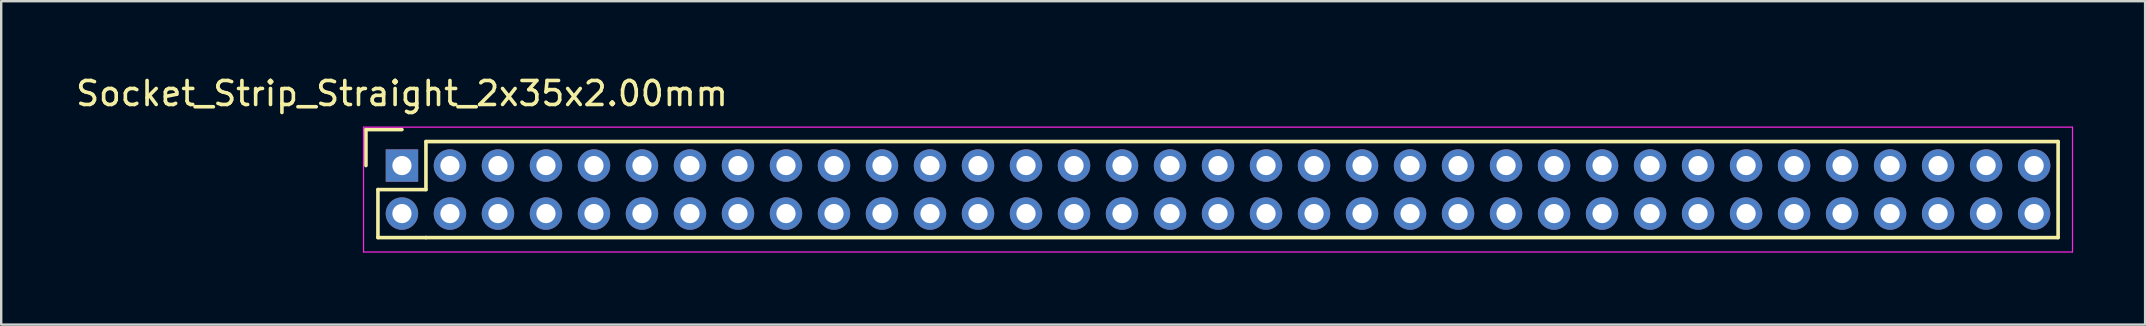
<source format=kicad_pcb>
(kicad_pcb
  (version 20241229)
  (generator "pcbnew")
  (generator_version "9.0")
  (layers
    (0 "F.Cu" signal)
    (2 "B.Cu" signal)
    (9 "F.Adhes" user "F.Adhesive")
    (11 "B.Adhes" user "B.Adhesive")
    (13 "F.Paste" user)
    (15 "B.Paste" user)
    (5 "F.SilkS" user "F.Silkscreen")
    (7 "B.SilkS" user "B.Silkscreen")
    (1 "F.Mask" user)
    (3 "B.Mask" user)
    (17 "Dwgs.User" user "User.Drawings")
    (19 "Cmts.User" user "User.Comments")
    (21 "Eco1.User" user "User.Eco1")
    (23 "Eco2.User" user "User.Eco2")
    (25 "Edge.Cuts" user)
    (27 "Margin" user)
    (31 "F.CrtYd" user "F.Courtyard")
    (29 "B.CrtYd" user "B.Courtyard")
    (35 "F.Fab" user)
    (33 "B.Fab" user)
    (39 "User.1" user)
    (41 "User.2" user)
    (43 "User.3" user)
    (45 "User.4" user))
  (footprint "Socket_Strip_Straight_2x35x2.00mm"
    (layer "F.Cu")
    (at 13.696 3.848)
    (property "Reference" "Socket_Strip_Straight_2x35x2.00mm" (at 0 -3 0) (layer "F.SilkS") (effects (font (size 1 1) (thickness 0.15))))
    (attr through_hole)
    (fp_line (start -1.5 -1.5) (end -1.5 0) (stroke (width 0.15) (type solid)) (layer "F.SilkS"))
    (fp_line (start -1 1) (end -1 3) (stroke (width 0.15) (type solid)) (layer "F.SilkS"))
    (fp_line (start -1 3) (end 1 3) (stroke (width 0.15) (type solid)) (layer "F.SilkS"))
    (fp_line (start 0 -1.5) (end -1.5 -1.5) (stroke (width 0.15) (type solid)) (layer "F.SilkS"))
    (fp_line (start 1 -1) (end 1 1) (stroke (width 0.15) (type solid)) (layer "F.SilkS"))
    (fp_line (start 1 1) (end -1 1) (stroke (width 0.15) (type solid)) (layer "F.SilkS"))
    (fp_line (start 1 3) (end 69 3) (stroke (width 0.15) (type solid)) (layer "F.SilkS"))
    (fp_line (start 69 -1) (end 1 -1) (stroke (width 0.15) (type solid)) (layer "F.SilkS"))
    (fp_line (start 69 3) (end 69 -1) (stroke (width 0.15) (type solid)) (layer "F.SilkS"))
    (fp_line (start -1.6 -1.6) (end -1.6 3.6) (stroke (width 0.05) (type solid)) (layer "F.CrtYd"))
    (fp_line (start -1.6 3.6) (end 69.6 3.6) (stroke (width 0.05) (type solid)) (layer "F.CrtYd"))
    (fp_line (start 69.6 -1.6) (end -1.6 -1.6) (stroke (width 0.05) (type solid)) (layer "F.CrtYd"))
    (fp_line (start 69.6 3.6) (end 69.6 -1.6) (stroke (width 0.05) (type solid)) (layer "F.CrtYd"))
    (pad "1" thru_hole rect (at 0 0) (size 1.35 1.35) (drill 0.8) (layers "*.Cu" "*.Mask"))
    (pad "2" thru_hole circle (at 0 2) (size 1.35 1.35) (drill 0.8) (layers "*.Cu" "*.Mask"))
    (pad "3" thru_hole circle (at 2 0) (size 1.35 1.35) (drill 0.8) (layers "*.Cu" "*.Mask"))
    (pad "4" thru_hole circle (at 2 2) (size 1.35 1.35) (drill 0.8) (layers "*.Cu" "*.Mask"))
    (pad "5" thru_hole circle (at 4 0) (size 1.35 1.35) (drill 0.8) (layers "*.Cu" "*.Mask"))
    (pad "6" thru_hole circle (at 4 2) (size 1.35 1.35) (drill 0.8) (layers "*.Cu" "*.Mask"))
    (pad "7" thru_hole circle (at 6 0) (size 1.35 1.35) (drill 0.8) (layers "*.Cu" "*.Mask"))
    (pad "8" thru_hole circle (at 6 2) (size 1.35 1.35) (drill 0.8) (layers "*.Cu" "*.Mask"))
    (pad "9" thru_hole circle (at 8 0) (size 1.35 1.35) (drill 0.8) (layers "*.Cu" "*.Mask"))
    (pad "10" thru_hole circle (at 8 2) (size 1.35 1.35) (drill 0.8) (layers "*.Cu" "*.Mask"))
    (pad "11" thru_hole circle (at 10 0) (size 1.35 1.35) (drill 0.8) (layers "*.Cu" "*.Mask"))
    (pad "12" thru_hole circle (at 10 2) (size 1.35 1.35) (drill 0.8) (layers "*.Cu" "*.Mask"))
    (pad "13" thru_hole circle (at 12 0) (size 1.35 1.35) (drill 0.8) (layers "*.Cu" "*.Mask"))
    (pad "14" thru_hole circle (at 12 2) (size 1.35 1.35) (drill 0.8) (layers "*.Cu" "*.Mask"))
    (pad "15" thru_hole circle (at 14 0) (size 1.35 1.35) (drill 0.8) (layers "*.Cu" "*.Mask"))
    (pad "16" thru_hole circle (at 14 2) (size 1.35 1.35) (drill 0.8) (layers "*.Cu" "*.Mask"))
    (pad "17" thru_hole circle (at 16 0) (size 1.35 1.35) (drill 0.8) (layers "*.Cu" "*.Mask"))
    (pad "18" thru_hole circle (at 16 2) (size 1.35 1.35) (drill 0.8) (layers "*.Cu" "*.Mask"))
    (pad "19" thru_hole circle (at 18 0) (size 1.35 1.35) (drill 0.8) (layers "*.Cu" "*.Mask"))
    (pad "20" thru_hole circle (at 18 2) (size 1.35 1.35) (drill 0.8) (layers "*.Cu" "*.Mask"))
    (pad "21" thru_hole circle (at 20 0) (size 1.35 1.35) (drill 0.8) (layers "*.Cu" "*.Mask"))
    (pad "22" thru_hole circle (at 20 2) (size 1.35 1.35) (drill 0.8) (layers "*.Cu" "*.Mask"))
    (pad "23" thru_hole circle (at 22 0) (size 1.35 1.35) (drill 0.8) (layers "*.Cu" "*.Mask"))
    (pad "24" thru_hole circle (at 22 2) (size 1.35 1.35) (drill 0.8) (layers "*.Cu" "*.Mask"))
    (pad "25" thru_hole circle (at 24 0) (size 1.35 1.35) (drill 0.8) (layers "*.Cu" "*.Mask"))
    (pad "26" thru_hole circle (at 24 2) (size 1.35 1.35) (drill 0.8) (layers "*.Cu" "*.Mask"))
    (pad "27" thru_hole circle (at 26 0) (size 1.35 1.35) (drill 0.8) (layers "*.Cu" "*.Mask"))
    (pad "28" thru_hole circle (at 26 2) (size 1.35 1.35) (drill 0.8) (layers "*.Cu" "*.Mask"))
    (pad "29" thru_hole circle (at 28 0) (size 1.35 1.35) (drill 0.8) (layers "*.Cu" "*.Mask"))
    (pad "30" thru_hole circle (at 28 2) (size 1.35 1.35) (drill 0.8) (layers "*.Cu" "*.Mask"))
    (pad "31" thru_hole circle (at 30 0) (size 1.35 1.35) (drill 0.8) (layers "*.Cu" "*.Mask"))
    (pad "32" thru_hole circle (at 30 2) (size 1.35 1.35) (drill 0.8) (layers "*.Cu" "*.Mask"))
    (pad "33" thru_hole circle (at 32 0) (size 1.35 1.35) (drill 0.8) (layers "*.Cu" "*.Mask"))
    (pad "34" thru_hole circle (at 32 2) (size 1.35 1.35) (drill 0.8) (layers "*.Cu" "*.Mask"))
    (pad "35" thru_hole circle (at 34 0) (size 1.35 1.35) (drill 0.8) (layers "*.Cu" "*.Mask"))
    (pad "36" thru_hole circle (at 34 2) (size 1.35 1.35) (drill 0.8) (layers "*.Cu" "*.Mask"))
    (pad "37" thru_hole circle (at 36 0) (size 1.35 1.35) (drill 0.8) (layers "*.Cu" "*.Mask"))
    (pad "38" thru_hole circle (at 36 2) (size 1.35 1.35) (drill 0.8) (layers "*.Cu" "*.Mask"))
    (pad "39" thru_hole circle (at 38 0) (size 1.35 1.35) (drill 0.8) (layers "*.Cu" "*.Mask"))
    (pad "40" thru_hole circle (at 38 2) (size 1.35 1.35) (drill 0.8) (layers "*.Cu" "*.Mask"))
    (pad "41" thru_hole circle (at 40 0) (size 1.35 1.35) (drill 0.8) (layers "*.Cu" "*.Mask"))
    (pad "42" thru_hole circle (at 40 2) (size 1.35 1.35) (drill 0.8) (layers "*.Cu" "*.Mask"))
    (pad "43" thru_hole circle (at 42 0) (size 1.35 1.35) (drill 0.8) (layers "*.Cu" "*.Mask"))
    (pad "44" thru_hole circle (at 42 2) (size 1.35 1.35) (drill 0.8) (layers "*.Cu" "*.Mask"))
    (pad "45" thru_hole circle (at 44 0) (size 1.35 1.35) (drill 0.8) (layers "*.Cu" "*.Mask"))
    (pad "46" thru_hole circle (at 44 2) (size 1.35 1.35) (drill 0.8) (layers "*.Cu" "*.Mask"))
    (pad "47" thru_hole circle (at 46 0) (size 1.35 1.35) (drill 0.8) (layers "*.Cu" "*.Mask"))
    (pad "48" thru_hole circle (at 46 2) (size 1.35 1.35) (drill 0.8) (layers "*.Cu" "*.Mask"))
    (pad "49" thru_hole circle (at 48 0) (size 1.35 1.35) (drill 0.8) (layers "*.Cu" "*.Mask"))
    (pad "50" thru_hole circle (at 48 2) (size 1.35 1.35) (drill 0.8) (layers "*.Cu" "*.Mask"))
    (pad "51" thru_hole circle (at 50 0) (size 1.35 1.35) (drill 0.8) (layers "*.Cu" "*.Mask"))
    (pad "52" thru_hole circle (at 50 2) (size 1.35 1.35) (drill 0.8) (layers "*.Cu" "*.Mask"))
    (pad "53" thru_hole circle (at 52 0) (size 1.35 1.35) (drill 0.8) (layers "*.Cu" "*.Mask"))
    (pad "54" thru_hole circle (at 52 2) (size 1.35 1.35) (drill 0.8) (layers "*.Cu" "*.Mask"))
    (pad "55" thru_hole circle (at 54 0) (size 1.35 1.35) (drill 0.8) (layers "*.Cu" "*.Mask"))
    (pad "56" thru_hole circle (at 54 2) (size 1.35 1.35) (drill 0.8) (layers "*.Cu" "*.Mask"))
    (pad "57" thru_hole circle (at 56 0) (size 1.35 1.35) (drill 0.8) (layers "*.Cu" "*.Mask"))
    (pad "58" thru_hole circle (at 56 2) (size 1.35 1.35) (drill 0.8) (layers "*.Cu" "*.Mask"))
    (pad "59" thru_hole circle (at 58 0) (size 1.35 1.35) (drill 0.8) (layers "*.Cu" "*.Mask"))
    (pad "60" thru_hole circle (at 58 2) (size 1.35 1.35) (drill 0.8) (layers "*.Cu" "*.Mask"))
    (pad "61" thru_hole circle (at 60 0) (size 1.35 1.35) (drill 0.8) (layers "*.Cu" "*.Mask"))
    (pad "62" thru_hole circle (at 60 2) (size 1.35 1.35) (drill 0.8) (layers "*.Cu" "*.Mask"))
    (pad "63" thru_hole circle (at 62 0) (size 1.35 1.35) (drill 0.8) (layers "*.Cu" "*.Mask"))
    (pad "64" thru_hole circle (at 62 2) (size 1.35 1.35) (drill 0.8) (layers "*.Cu" "*.Mask"))
    (pad "65" thru_hole circle (at 64 0) (size 1.35 1.35) (drill 0.8) (layers "*.Cu" "*.Mask"))
    (pad "66" thru_hole circle (at 64 2) (size 1.35 1.35) (drill 0.8) (layers "*.Cu" "*.Mask"))
    (pad "67" thru_hole circle (at 66 0) (size 1.35 1.35) (drill 0.8) (layers "*.Cu" "*.Mask"))
    (pad "68" thru_hole circle (at 66 2) (size 1.35 1.35) (drill 0.8) (layers "*.Cu" "*.Mask"))
    (pad "69" thru_hole circle (at 68 0) (size 1.35 1.35) (drill 0.8) (layers "*.Cu" "*.Mask"))
    (pad "70" thru_hole circle (at 68 2) (size 1.35 1.35) (drill 0.8) (layers "*.Cu" "*.Mask")))
  (gr_rect
    (start -3 -3)
    (end 86.321 10.473)
    (stroke (width 0.1) (type default))
    (fill no)
    (layer "Edge.Cuts")))
</source>
